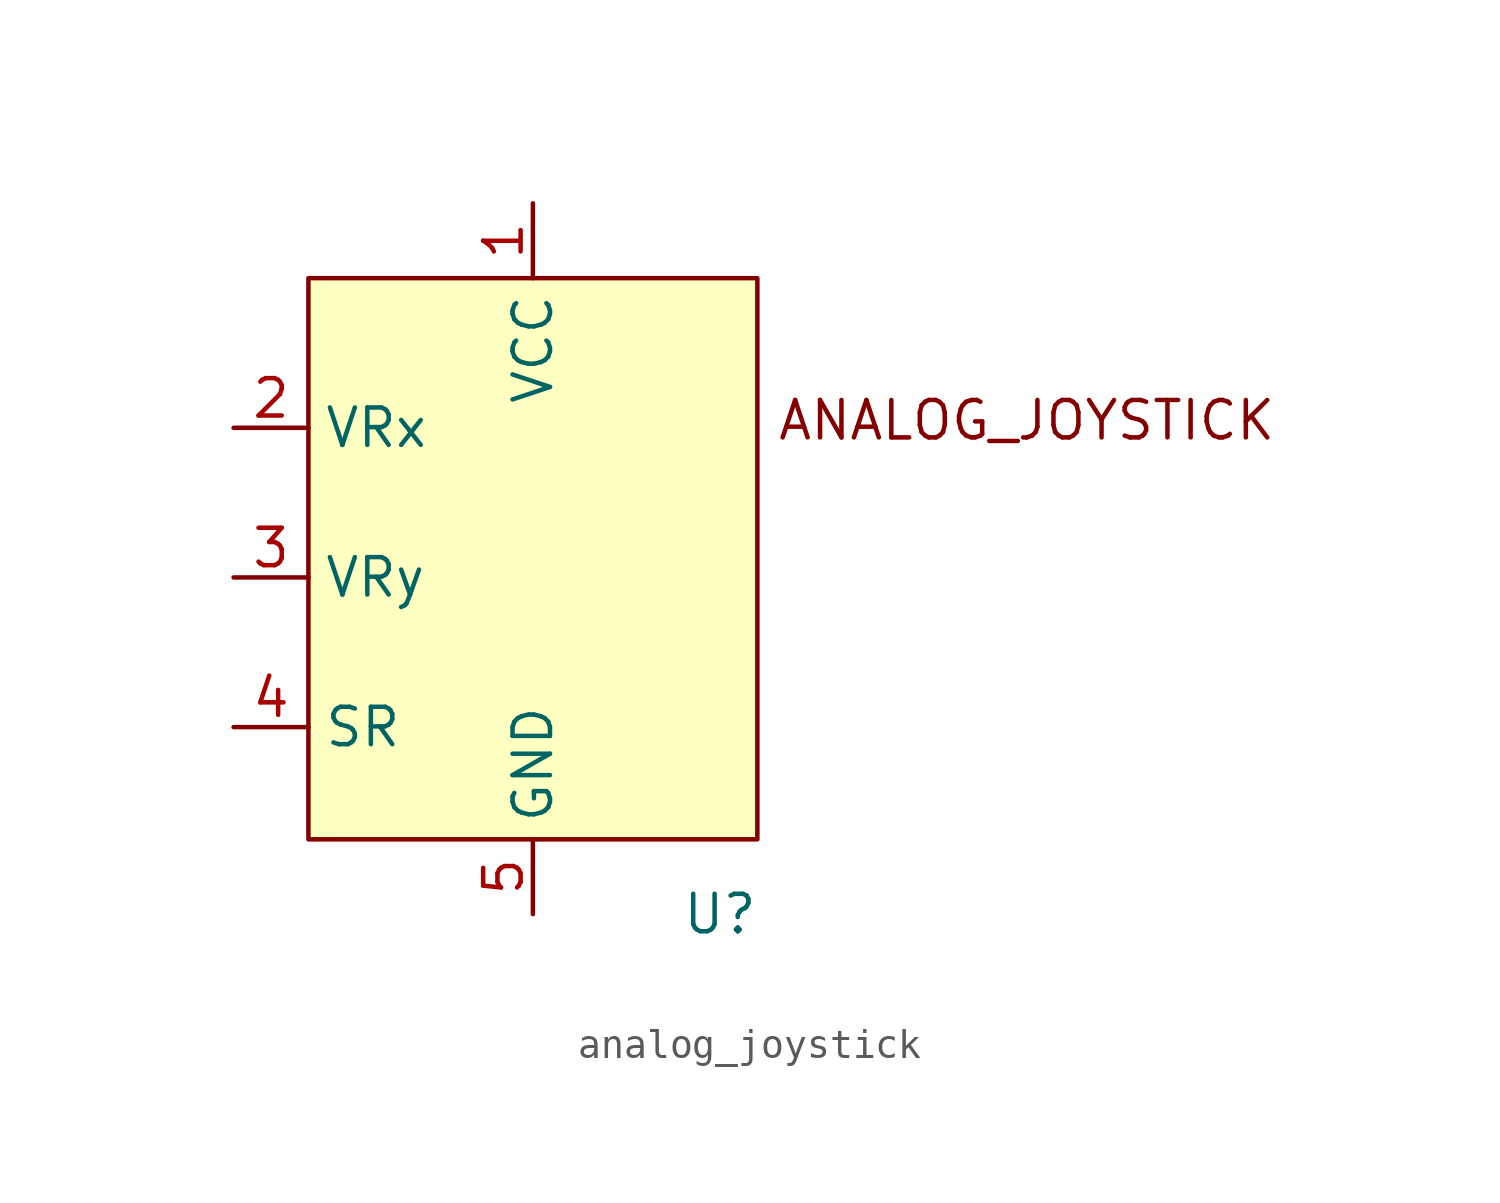
<source format=kicad_sym>
(kicad_symbol_lib
  (version 20231120)
  (generator "kicad_symbol_editor")
  (generator_version "8.0")
  (symbol "analog_joystick"
    (property "Reference" "U"
      (at 7.62 -13.97 0)
      (effects (font (size 1.27 1.27))))
    (property "Value" ""
      (at -3.81 2.54 0)
      (effects (font (size 1.27 1.27))))
    (symbol "analog_joystick_1_1"
      (rectangle (start -6.35 7.62) (end 8.89 -11.43) (stroke (width 0) (type default)) (fill (type background)))
      (text "ANALOG_JOYSTICK" (at 18.034 2.794 0) (effects (font (size 1.27 1.27))))
      (pin input line (at 1.27 10.16 270) (length 2.54) (name "VCC" (effects (font (size 1.27 1.27)))) (number "1" (effects (font (size 1.27 1.27)))))
      (pin input line (at -8.89 2.54 0) (length 2.54) (name "VRx" (effects (font (size 1.27 1.27)))) (number "2" (effects (font (size 1.27 1.27)))))
      (pin input line (at -8.89 -2.54 0) (length 2.54) (name "VRy" (effects (font (size 1.27 1.27)))) (number "3" (effects (font (size 1.27 1.27)))))
      (pin input line (at -8.89 -7.62 0) (length 2.54) (name "SR" (effects (font (size 1.27 1.27)))) (number "4" (effects (font (size 1.27 1.27)))))
      (pin input line (at 1.27 -13.97 90) (length 2.54) (name "GND" (effects (font (size 1.27 1.27)))) (number "5" (effects (font (size 1.27 1.27))))))))
</source>
